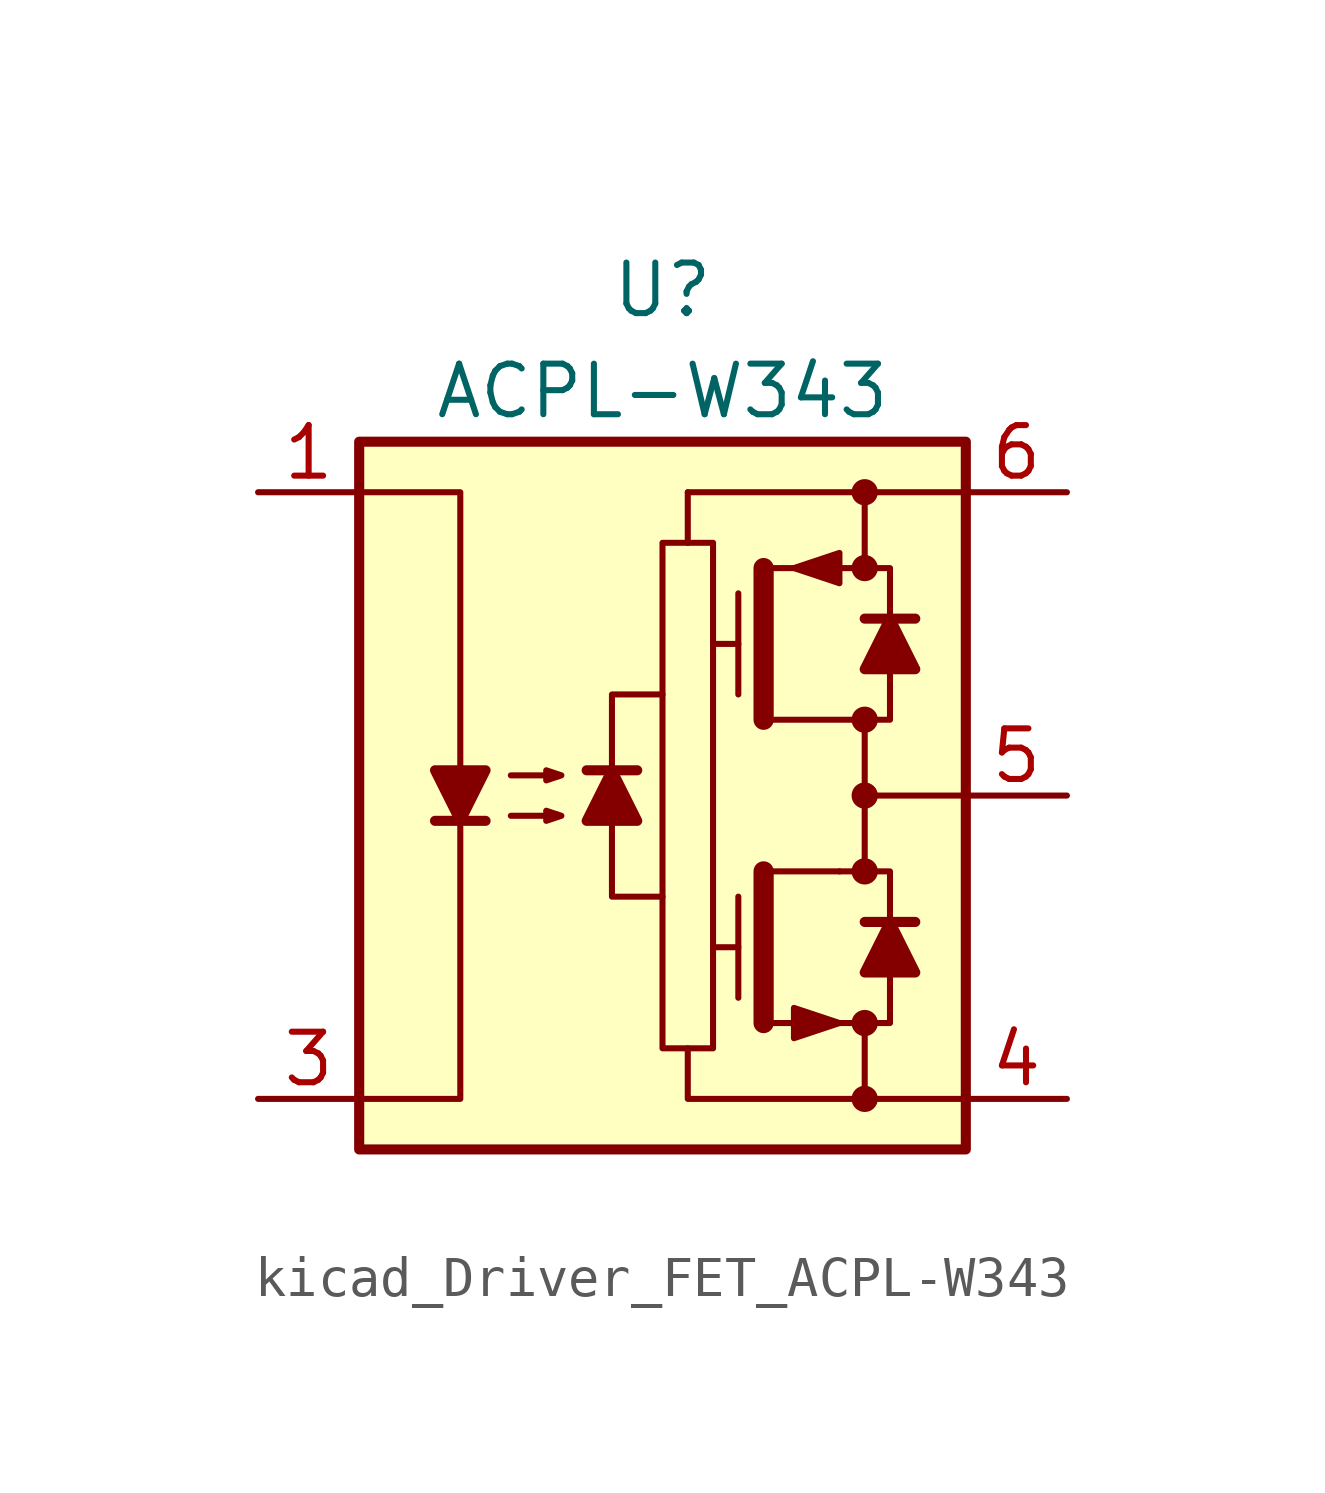
<source format=kicad_sym>
(kicad_symbol_lib
  (version 20220914)
  (generator kicad_symbol_editor)
  (symbol "kicad_Driver_FET_ACPL-W343"
    (pin_names hide)
    (property "Reference" "U"
      (at 0 12.7 0)
      (effects (font (size 1.27 1.27))))
    (property "Value" "ACPL-W343"
      (at 0 10.16 0)
      (effects (font (size 1.27 1.27))))
    (symbol "kicad_Driver_FET_ACPL-W343_0_1"
      (rectangle (start -7.62 8.89) (end 7.62 -8.89) (stroke (width 0.254) (type default)) (fill (type background)))
      (polyline (pts (xy -5.715 -0.635) (xy -4.445 -0.635)) (stroke (width 0.254) (type default)) (fill (type none)))
      (polyline (pts (xy -0.635 0.635) (xy -1.905 0.635)) (stroke (width 0.254) (type default)) (fill (type none)))
      (polyline (pts (xy 1.27 -3.81) (xy 1.905 -3.81)) (stroke (width 0) (type default)) (fill (type none)))
      (polyline (pts (xy 1.27 3.81) (xy 1.905 3.81)) (stroke (width 0) (type default)) (fill (type none)))
      (polyline (pts (xy 1.905 -5.08) (xy 1.905 -2.54)) (stroke (width 0) (type default)) (fill (type none)))
      (polyline (pts (xy 1.905 2.54) (xy 1.905 5.08)) (stroke (width 0) (type default)) (fill (type none)))
      (polyline (pts (xy 2.54 -5.715) (xy 2.54 -1.905)) (stroke (width 0.508) (type default)) (fill (type none)))
      (polyline (pts (xy 2.54 1.905) (xy 2.54 5.715)) (stroke (width 0.508) (type default)) (fill (type none)))
      (polyline (pts (xy 4.445 -1.905) (xy 2.54 -1.905)) (stroke (width 0) (type default)) (fill (type none)))
      (polyline (pts (xy 4.445 5.715) (xy 2.54 5.715)) (stroke (width 0) (type default)) (fill (type none)))
      (polyline (pts (xy 5.08 -5.715) (xy 5.08 -7.62)) (stroke (width 0) (type default)) (fill (type none)))
      (polyline (pts (xy 5.08 0) (xy 7.62 0)) (stroke (width 0) (type default)) (fill (type none)))
      (polyline (pts (xy 5.08 1.905) (xy 5.08 -1.905)) (stroke (width 0) (type default)) (fill (type none)))
      (polyline (pts (xy 5.08 7.62) (xy 5.08 5.715)) (stroke (width 0) (type default)) (fill (type none)))
      (polyline (pts (xy 6.35 -3.175) (xy 5.08 -3.175)) (stroke (width 0.254) (type default)) (fill (type none)))
      (polyline (pts (xy 6.35 4.445) (xy 5.08 4.445)) (stroke (width 0.254) (type default)) (fill (type none)))
      (polyline (pts (xy 7.62 7.62) (xy 0.635 7.62)) (stroke (width 0) (type default)) (fill (type none)))
      (polyline (pts (xy -1.27 -0.635) (xy -1.27 -2.54) (xy 0 -2.54)) (stroke (width 0) (type default)) (fill (type none)))
      (polyline (pts (xy -1.27 0.635) (xy -1.27 2.54) (xy 0 2.54)) (stroke (width 0) (type default)) (fill (type none)))
      (polyline (pts (xy 0.635 -6.35) (xy 0.635 -7.62) (xy 7.62 -7.62)) (stroke (width 0) (type default)) (fill (type none)))
      (polyline (pts (xy 4.445 -1.905) (xy 5.715 -1.905) (xy 5.715 -3.175)) (stroke (width 0) (type default)) (fill (type none)))
      (polyline (pts (xy 4.445 5.715) (xy 5.715 5.715) (xy 5.715 4.445)) (stroke (width 0) (type default)) (fill (type none)))
      (polyline (pts (xy 5.715 -4.445) (xy 5.715 -5.715) (xy 2.54 -5.715)) (stroke (width 0) (type default)) (fill (type none)))
      (polyline (pts (xy 5.715 3.175) (xy 5.715 1.905) (xy 2.54 1.905)) (stroke (width 0) (type default)) (fill (type none)))
      (polyline (pts (xy -7.62 7.62) (xy -5.08 7.62) (xy -5.08 -7.62) (xy -7.62 -7.62)) (stroke (width 0) (type default)) (fill (type none)))
      (polyline (pts (xy -5.08 -0.635) (xy -5.715 0.635) (xy -4.445 0.635) (xy -5.08 -0.635)) (stroke (width 0.254) (type default)) (fill (type outline)))
      (polyline (pts (xy -1.27 0.635) (xy -0.635 -0.635) (xy -1.905 -0.635) (xy -1.27 0.635)) (stroke (width 0.254) (type default)) (fill (type outline)))
      (polyline (pts (xy 3.302 5.715) (xy 4.445 6.096) (xy 4.445 5.334) (xy 3.302 5.715)) (stroke (width 0) (type default)) (fill (type outline)))
      (polyline (pts (xy 4.445 -5.715) (xy 3.302 -5.334) (xy 3.302 -6.096) (xy 4.445 -5.715)) (stroke (width 0) (type default)) (fill (type outline)))
      (polyline (pts (xy 5.715 -3.175) (xy 6.35 -4.445) (xy 5.08 -4.445) (xy 5.715 -3.175)) (stroke (width 0.254) (type default)) (fill (type outline)))
      (polyline (pts (xy 5.715 4.445) (xy 6.35 3.175) (xy 5.08 3.175) (xy 5.715 4.445)) (stroke (width 0.254) (type default)) (fill (type outline)))
      (polyline (pts (xy -3.81 -0.508) (xy -2.54 -0.508) (xy -2.921 -0.635) (xy -2.921 -0.381) (xy -2.54 -0.508)) (stroke (width 0) (type default)) (fill (type none)))
      (polyline (pts (xy -3.81 0.508) (xy -2.54 0.508) (xy -2.921 0.381) (xy -2.921 0.635) (xy -2.54 0.508)) (stroke (width 0) (type default)) (fill (type none)))
      (polyline (pts (xy 1.27 6.35) (xy 1.27 -6.35) (xy 0 -6.35) (xy 0 6.35) (xy 1.27 6.35)) (stroke (width 0) (type default)) (fill (type none)))
      (rectangle (start 0.635 6.35) (end 0.635 6.35) (stroke (width 0) (type default)) (fill (type none)))
      (rectangle (start 0.635 6.35) (end 0.635 7.62) (stroke (width 0) (type default)) (fill (type none)))
      (circle (center 5.08 -7.62) (radius 0.254) (stroke (width 0) (type default)) (fill (type outline)))
      (circle (center 5.08 -5.715) (radius 0.254) (stroke (width 0) (type default)) (fill (type outline)))
      (circle (center 5.08 -1.905) (radius 0.254) (stroke (width 0) (type default)) (fill (type outline)))
      (circle (center 5.08 0) (radius 0.254) (stroke (width 0) (type default)) (fill (type outline)))
      (circle (center 5.08 1.905) (radius 0.254) (stroke (width 0) (type default)) (fill (type outline)))
      (circle (center 5.08 5.715) (radius 0.254) (stroke (width 0) (type default)) (fill (type outline)))
      (circle (center 5.08 7.62) (radius 0.254) (stroke (width 0) (type default)) (fill (type outline))))
    (symbol "kicad_Driver_FET_ACPL-W343_1_1"
      (pin passive line (at -10.16 7.62 0) (length 2.54) (name "A" (effects (font (size 1.27 1.27)))) (number "1" (effects (font (size 1.27 1.27)))))
      (pin no_connect line (at -7.62 0 0) (length 2.54) hide (name "NC" (effects (font (size 1.27 1.27)))) (number "2" (effects (font (size 1.27 1.27)))))
      (pin passive line (at -10.16 -7.62 0) (length 2.54) (name "C" (effects (font (size 1.27 1.27)))) (number "3" (effects (font (size 1.27 1.27)))))
      (pin power_in line (at 10.16 -7.62 180) (length 2.54) (name "VEE" (effects (font (size 1.27 1.27)))) (number "4" (effects (font (size 1.27 1.27)))))
      (pin output line (at 10.16 0 180) (length 2.54) (name "VO" (effects (font (size 1.27 1.27)))) (number "5" (effects (font (size 1.27 1.27)))))
      (pin power_in line (at 10.16 7.62 180) (length 2.54) (name "VCC" (effects (font (size 1.27 1.27)))) (number "6" (effects (font (size 1.27 1.27))))))))
</source>
